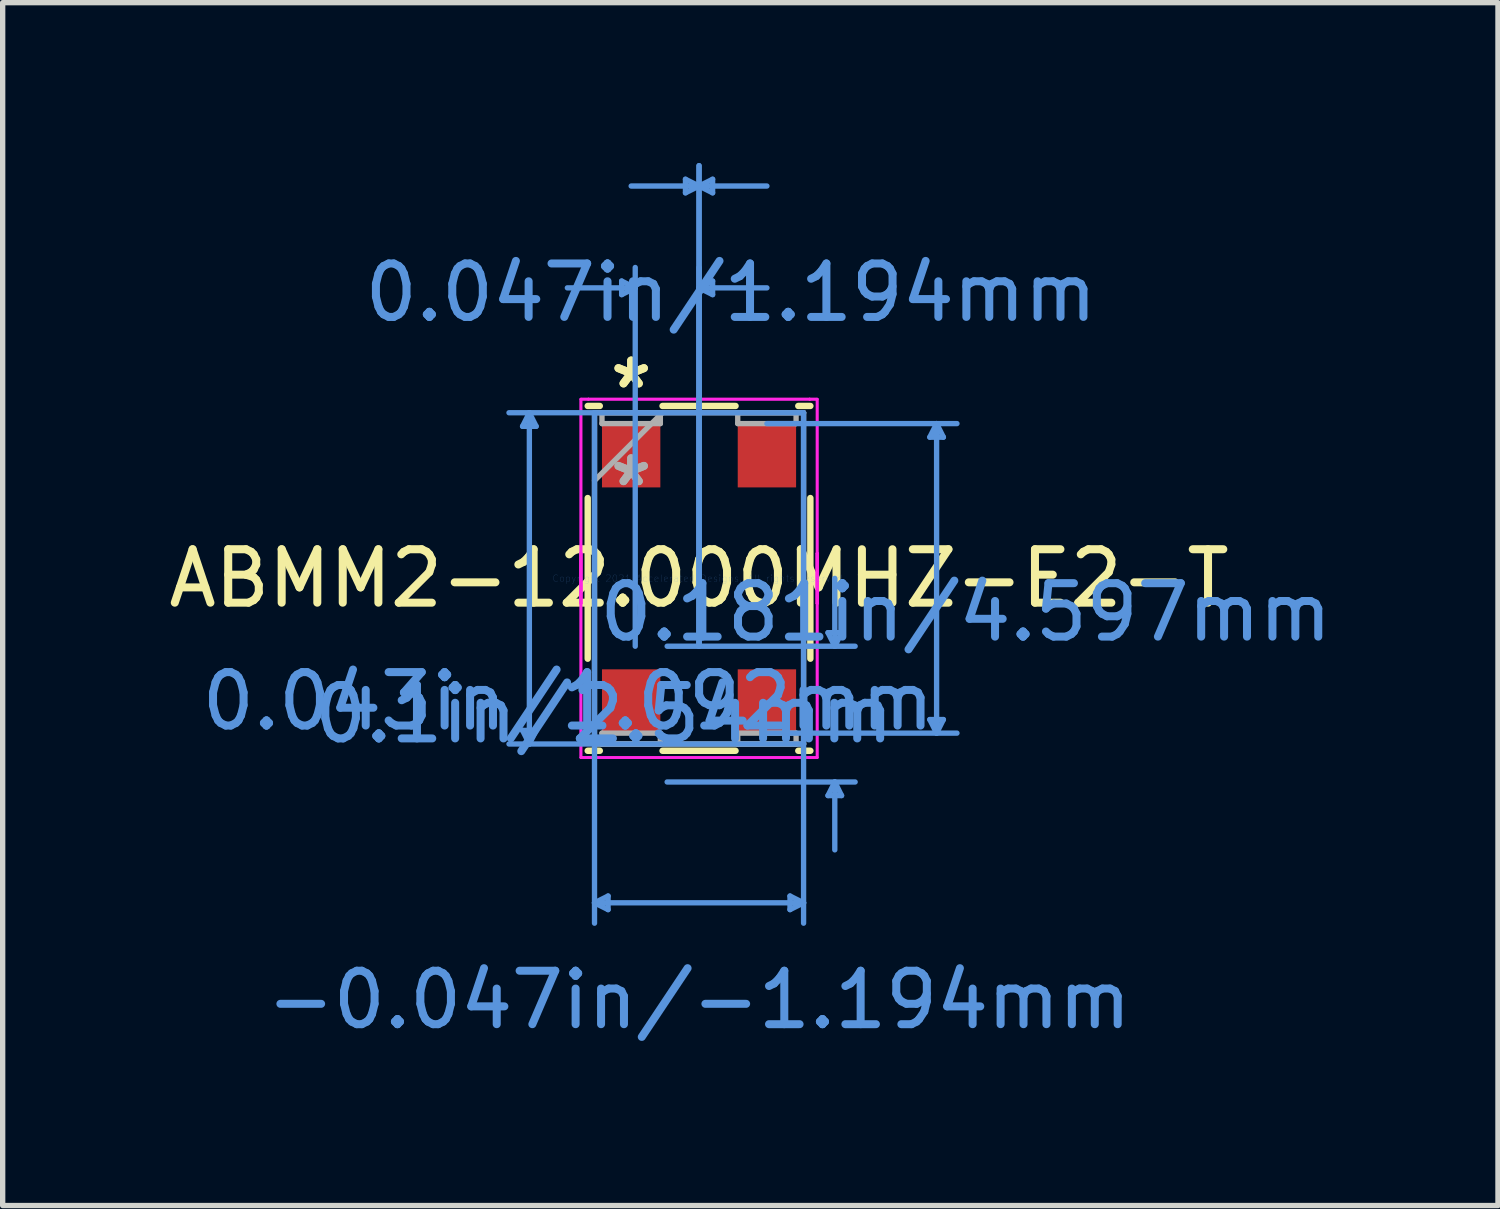
<source format=kicad_pcb>
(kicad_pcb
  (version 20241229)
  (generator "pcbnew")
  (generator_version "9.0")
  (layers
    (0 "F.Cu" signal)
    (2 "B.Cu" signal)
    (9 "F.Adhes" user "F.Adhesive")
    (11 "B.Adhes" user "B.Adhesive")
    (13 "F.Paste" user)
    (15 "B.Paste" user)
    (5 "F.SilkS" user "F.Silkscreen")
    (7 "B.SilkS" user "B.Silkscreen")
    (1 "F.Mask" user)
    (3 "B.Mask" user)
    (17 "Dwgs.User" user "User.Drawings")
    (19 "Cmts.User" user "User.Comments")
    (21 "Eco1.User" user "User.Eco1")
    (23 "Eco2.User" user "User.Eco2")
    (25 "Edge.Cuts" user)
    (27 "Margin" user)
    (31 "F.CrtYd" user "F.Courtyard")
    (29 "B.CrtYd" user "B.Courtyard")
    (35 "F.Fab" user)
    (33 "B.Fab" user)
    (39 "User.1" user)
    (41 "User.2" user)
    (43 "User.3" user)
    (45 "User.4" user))
  (footprint "ABMM2-12.000MHZ-E2-T"
    (layer "F.Cu")
    (at 10.03 7.772)
    (property "Reference" "ABMM2-12.000MHZ-E2-T" (at 0 0 0) (layer "F.SilkS") (effects (font (size 1 1) (thickness 0.15))))
    (attr through_hole)
    (fp_line (start -2.083 -1.503) (end -2.083 1.503) (stroke (width 0.12) (type solid)) (layer "F.SilkS"))
    (fp_line (start -2.083 3.226) (end -1.857 3.226) (stroke (width 0.12) (type solid)) (layer "F.SilkS"))
    (fp_line (start -1.857 -3.226) (end -2.083 -3.226) (stroke (width 0.12) (type solid)) (layer "F.SilkS"))
    (fp_line (start -0.683 3.226) (end 0.683 3.226) (stroke (width 0.12) (type solid)) (layer "F.SilkS"))
    (fp_line (start 0.683 -3.226) (end -0.683 -3.226) (stroke (width 0.12) (type solid)) (layer "F.SilkS"))
    (fp_line (start 1.857 3.226) (end 2.083 3.226) (stroke (width 0.12) (type solid)) (layer "F.SilkS"))
    (fp_line (start 2.083 -3.226) (end 1.857 -3.226) (stroke (width 0.12) (type solid)) (layer "F.SilkS"))
    (fp_line (start 2.083 1.503) (end 2.083 -1.503) (stroke (width 0.12) (type solid)) (layer "F.SilkS"))
    (fp_poly (pts (xy -1.805 -2.44) (xy -1.805 -1.37) (xy -0.735 -1.37) (xy -0.735 -2.44)) (stroke (width 0.1) (type solid)) (fill yes) (layer "F.Paste"))
    (fp_poly (pts (xy -1.805 -2.44) (xy -1.805 -1.37) (xy -0.735 -1.37) (xy -0.735 -2.44)) (stroke (width 0.1) (type solid)) (fill yes) (layer "F.Paste"))
    (fp_poly (pts (xy -1.805 -1.17) (xy -1.805 -0.1) (xy -0.735 -0.1) (xy -0.735 -1.17)) (stroke (width 0.1) (type solid)) (fill yes) (layer "F.Paste"))
    (fp_poly (pts (xy -1.805 -1.17) (xy -1.805 -0.1) (xy -0.735 -0.1) (xy -0.735 -1.17)) (stroke (width 0.1) (type solid)) (fill yes) (layer "F.Paste"))
    (fp_poly (pts (xy -1.805 0.1) (xy -1.805 1.17) (xy -0.735 1.17) (xy -0.735 0.1)) (stroke (width 0.1) (type solid)) (fill yes) (layer "F.Paste"))
    (fp_poly (pts (xy -1.805 0.1) (xy -1.805 1.17) (xy -0.735 1.17) (xy -0.735 0.1)) (stroke (width 0.1) (type solid)) (fill yes) (layer "F.Paste"))
    (fp_poly (pts (xy -1.805 1.37) (xy -1.805 2.44) (xy -0.735 2.44) (xy -0.735 1.37)) (stroke (width 0.1) (type solid)) (fill yes) (layer "F.Paste"))
    (fp_poly (pts (xy -1.805 1.37) (xy -1.805 2.44) (xy -0.735 2.44) (xy -0.735 1.37)) (stroke (width 0.1) (type solid)) (fill yes) (layer "F.Paste"))
    (fp_poly (pts (xy -0.535 -2.44) (xy -0.535 -1.37) (xy 0.535 -1.37) (xy 0.535 -2.44)) (stroke (width 0.1) (type solid)) (fill yes) (layer "F.Paste"))
    (fp_poly (pts (xy -0.535 -2.44) (xy -0.535 -1.37) (xy 0.535 -1.37) (xy 0.535 -2.44)) (stroke (width 0.1) (type solid)) (fill yes) (layer "F.Paste"))
    (fp_poly (pts (xy -0.535 -1.17) (xy -0.535 -0.1) (xy 0.535 -0.1) (xy 0.535 -1.17)) (stroke (width 0.1) (type solid)) (fill yes) (layer "F.Paste"))
    (fp_poly (pts (xy -0.535 -1.17) (xy -0.535 -0.1) (xy 0.535 -0.1) (xy 0.535 -1.17)) (stroke (width 0.1) (type solid)) (fill yes) (layer "F.Paste"))
    (fp_poly (pts (xy -0.535 0.1) (xy -0.535 1.17) (xy 0.535 1.17) (xy 0.535 0.1)) (stroke (width 0.1) (type solid)) (fill yes) (layer "F.Paste"))
    (fp_poly (pts (xy -0.535 0.1) (xy -0.535 1.17) (xy 0.535 1.17) (xy 0.535 0.1)) (stroke (width 0.1) (type solid)) (fill yes) (layer "F.Paste"))
    (fp_poly (pts (xy -0.535 1.37) (xy -0.535 2.44) (xy 0.535 2.44) (xy 0.535 1.37)) (stroke (width 0.1) (type solid)) (fill yes) (layer "F.Paste"))
    (fp_poly (pts (xy -0.535 1.37) (xy -0.535 2.44) (xy 0.535 2.44) (xy 0.535 1.37)) (stroke (width 0.1) (type solid)) (fill yes) (layer "F.Paste"))
    (fp_poly (pts (xy 0.735 -2.44) (xy 0.735 -1.37) (xy 1.805 -1.37) (xy 1.805 -2.44)) (stroke (width 0.1) (type solid)) (fill yes) (layer "F.Paste"))
    (fp_poly (pts (xy 0.735 -2.44) (xy 0.735 -1.37) (xy 1.805 -1.37) (xy 1.805 -2.44)) (stroke (width 0.1) (type solid)) (fill yes) (layer "F.Paste"))
    (fp_poly (pts (xy 0.735 -1.17) (xy 0.735 -0.1) (xy 1.805 -0.1) (xy 1.805 -1.17)) (stroke (width 0.1) (type solid)) (fill yes) (layer "F.Paste"))
    (fp_poly (pts (xy 0.735 -1.17) (xy 0.735 -0.1) (xy 1.805 -0.1) (xy 1.805 -1.17)) (stroke (width 0.1) (type solid)) (fill yes) (layer "F.Paste"))
    (fp_poly (pts (xy 0.735 0.1) (xy 0.735 1.17) (xy 1.805 1.17) (xy 1.805 0.1)) (stroke (width 0.1) (type solid)) (fill yes) (layer "F.Paste"))
    (fp_poly (pts (xy 0.735 0.1) (xy 0.735 1.17) (xy 1.805 1.17) (xy 1.805 0.1)) (stroke (width 0.1) (type solid)) (fill yes) (layer "F.Paste"))
    (fp_poly (pts (xy 0.735 1.37) (xy 0.735 2.44) (xy 1.805 2.44) (xy 1.805 1.37)) (stroke (width 0.1) (type solid)) (fill yes) (layer "F.Paste"))
    (fp_poly (pts (xy 0.735 1.37) (xy 0.735 2.44) (xy 1.805 2.44) (xy 1.805 1.37)) (stroke (width 0.1) (type solid)) (fill yes) (layer "F.Paste"))
    (fp_line (start -3.302 -2.845) (end -3.048 -2.845) (stroke (width 0.1) (type solid)) (layer "Cmts.User"))
    (fp_line (start -3.302 2.845) (end -3.048 2.845) (stroke (width 0.1) (type solid)) (layer "Cmts.User"))
    (fp_line (start -3.175 -3.099) (end -3.302 -2.845) (stroke (width 0.1) (type solid)) (layer "Cmts.User"))
    (fp_line (start -3.175 -3.099) (end -3.175 3.099) (stroke (width 0.1) (type solid)) (layer "Cmts.User"))
    (fp_line (start -3.175 -3.099) (end -3.048 -2.845) (stroke (width 0.1) (type solid)) (layer "Cmts.User"))
    (fp_line (start -3.175 3.099) (end -3.302 2.845) (stroke (width 0.1) (type solid)) (layer "Cmts.User"))
    (fp_line (start -3.175 3.099) (end -3.048 2.845) (stroke (width 0.1) (type solid)) (layer "Cmts.User"))
    (fp_line (start -1.956 -3.099) (end -1.956 6.452) (stroke (width 0.1) (type solid)) (layer "Cmts.User"))
    (fp_line (start -1.956 6.071) (end -1.702 5.944) (stroke (width 0.1) (type solid)) (layer "Cmts.User"))
    (fp_line (start -1.956 6.071) (end -1.702 6.198) (stroke (width 0.1) (type solid)) (layer "Cmts.User"))
    (fp_line (start -1.956 6.071) (end 1.956 6.071) (stroke (width 0.1) (type solid)) (layer "Cmts.User"))
    (fp_line (start -1.702 5.944) (end -1.702 6.198) (stroke (width 0.1) (type solid)) (layer "Cmts.User"))
    (fp_line (start -1.448 -5.563) (end -1.448 -5.309) (stroke (width 0.1) (type solid)) (layer "Cmts.User"))
    (fp_line (start -1.194 -5.436) (end -2.464 -5.436) (stroke (width 0.1) (type solid)) (layer "Cmts.User"))
    (fp_line (start -1.194 -5.436) (end -1.448 -5.563) (stroke (width 0.1) (type solid)) (layer "Cmts.User"))
    (fp_line (start -1.194 -5.436) (end -1.448 -5.309) (stroke (width 0.1) (type solid)) (layer "Cmts.User"))
    (fp_line (start -1.194 1.27) (end -1.194 -5.817) (stroke (width 0.1) (type solid)) (layer "Cmts.User"))
    (fp_line (start -0.597 1.27) (end 2.921 1.27) (stroke (width 0.1) (type solid)) (layer "Cmts.User"))
    (fp_line (start -0.597 3.81) (end 2.921 3.81) (stroke (width 0.1) (type solid)) (layer "Cmts.User"))
    (fp_line (start -0.254 -7.468) (end -0.254 -7.214) (stroke (width 0.1) (type solid)) (layer "Cmts.User"))
    (fp_line (start 0 -7.341) (end -1.27 -7.341) (stroke (width 0.1) (type solid)) (layer "Cmts.User"))
    (fp_line (start 0 -7.341) (end -0.254 -7.468) (stroke (width 0.1) (type solid)) (layer "Cmts.User"))
    (fp_line (start 0 -7.341) (end -0.254 -7.214) (stroke (width 0.1) (type solid)) (layer "Cmts.User"))
    (fp_line (start 0 -7.341) (end 0.254 -7.468) (stroke (width 0.1) (type solid)) (layer "Cmts.User"))
    (fp_line (start 0 -7.341) (end 0.254 -7.214) (stroke (width 0.1) (type solid)) (layer "Cmts.User"))
    (fp_line (start 0 -7.341) (end 1.27 -7.341) (stroke (width 0.1) (type solid)) (layer "Cmts.User"))
    (fp_line (start 0 -5.436) (end 0.254 -5.563) (stroke (width 0.1) (type solid)) (layer "Cmts.User"))
    (fp_line (start 0 -5.436) (end 0.254 -5.309) (stroke (width 0.1) (type solid)) (layer "Cmts.User"))
    (fp_line (start 0 -5.436) (end 1.27 -5.436) (stroke (width 0.1) (type solid)) (layer "Cmts.User"))
    (fp_line (start 0 1.27) (end 0 -7.722) (stroke (width 0.1) (type solid)) (layer "Cmts.User"))
    (fp_line (start 0 1.27) (end 0 -7.722) (stroke (width 0.1) (type solid)) (layer "Cmts.User"))
    (fp_line (start 0 1.27) (end 0 -5.817) (stroke (width 0.1) (type solid)) (layer "Cmts.User"))
    (fp_line (start 0.254 -7.468) (end 0.254 -7.214) (stroke (width 0.1) (type solid)) (layer "Cmts.User"))
    (fp_line (start 0.254 -5.563) (end 0.254 -5.309) (stroke (width 0.1) (type solid)) (layer "Cmts.User"))
    (fp_line (start 1.27 -2.896) (end 4.826 -2.896) (stroke (width 0.1) (type solid)) (layer "Cmts.User"))
    (fp_line (start 1.27 2.896) (end 4.826 2.896) (stroke (width 0.1) (type solid)) (layer "Cmts.User"))
    (fp_line (start 1.702 5.944) (end 1.702 6.198) (stroke (width 0.1) (type solid)) (layer "Cmts.User"))
    (fp_line (start 1.956 -3.099) (end -3.556 -3.099) (stroke (width 0.1) (type solid)) (layer "Cmts.User"))
    (fp_line (start 1.956 -3.099) (end 1.956 6.452) (stroke (width 0.1) (type solid)) (layer "Cmts.User"))
    (fp_line (start 1.956 3.099) (end -3.556 3.099) (stroke (width 0.1) (type solid)) (layer "Cmts.User"))
    (fp_line (start 1.956 6.071) (end 1.702 5.944) (stroke (width 0.1) (type solid)) (layer "Cmts.User"))
    (fp_line (start 1.956 6.071) (end 1.702 6.198) (stroke (width 0.1) (type solid)) (layer "Cmts.User"))
    (fp_line (start 2.413 1.016) (end 2.667 1.016) (stroke (width 0.1) (type solid)) (layer "Cmts.User"))
    (fp_line (start 2.413 4.064) (end 2.667 4.064) (stroke (width 0.1) (type solid)) (layer "Cmts.User"))
    (fp_line (start 2.54 1.27) (end 2.413 1.016) (stroke (width 0.1) (type solid)) (layer "Cmts.User"))
    (fp_line (start 2.54 1.27) (end 2.54 0) (stroke (width 0.1) (type solid)) (layer "Cmts.User"))
    (fp_line (start 2.54 1.27) (end 2.667 1.016) (stroke (width 0.1) (type solid)) (layer "Cmts.User"))
    (fp_line (start 2.54 3.81) (end 2.413 4.064) (stroke (width 0.1) (type solid)) (layer "Cmts.User"))
    (fp_line (start 2.54 3.81) (end 2.54 5.08) (stroke (width 0.1) (type solid)) (layer "Cmts.User"))
    (fp_line (start 2.54 3.81) (end 2.667 4.064) (stroke (width 0.1) (type solid)) (layer "Cmts.User"))
    (fp_line (start 4.318 -2.642) (end 4.572 -2.642) (stroke (width 0.1) (type solid)) (layer "Cmts.User"))
    (fp_line (start 4.318 2.642) (end 4.572 2.642) (stroke (width 0.1) (type solid)) (layer "Cmts.User"))
    (fp_line (start 4.445 -2.896) (end 4.318 -2.642) (stroke (width 0.1) (type solid)) (layer "Cmts.User"))
    (fp_line (start 4.445 -2.896) (end 4.445 2.896) (stroke (width 0.1) (type solid)) (layer "Cmts.User"))
    (fp_line (start 4.445 -2.896) (end 4.572 -2.642) (stroke (width 0.1) (type solid)) (layer "Cmts.User"))
    (fp_line (start 4.445 2.896) (end 4.318 2.642) (stroke (width 0.1) (type solid)) (layer "Cmts.User"))
    (fp_line (start 4.445 2.896) (end 4.572 2.642) (stroke (width 0.1) (type solid)) (layer "Cmts.User"))
    (fp_line (start -2.21 -3.353) (end -2.07 -3.353) (stroke (width 0.05) (type solid)) (layer "F.CrtYd"))
    (fp_line (start -2.21 -3.353) (end -2.07 -3.353) (stroke (width 0.05) (type solid)) (layer "F.CrtYd"))
    (fp_line (start -2.21 -0.47) (end -2.21 -0.47) (stroke (width 0.05) (type solid)) (layer "F.CrtYd"))
    (fp_line (start -2.21 -0.47) (end -2.21 -0.47) (stroke (width 0.05) (type solid)) (layer "F.CrtYd"))
    (fp_line (start -2.21 -0.47) (end -2.21 0.47) (stroke (width 0.05) (type solid)) (layer "F.CrtYd"))
    (fp_line (start -2.21 -0.47) (end -2.21 0.47) (stroke (width 0.05) (type solid)) (layer "F.CrtYd"))
    (fp_line (start -2.21 0.47) (end -2.21 -3.353) (stroke (width 0.05) (type solid)) (layer "F.CrtYd"))
    (fp_line (start -2.21 0.47) (end -2.21 -3.353) (stroke (width 0.05) (type solid)) (layer "F.CrtYd"))
    (fp_line (start -2.21 0.47) (end -2.21 0.47) (stroke (width 0.05) (type solid)) (layer "F.CrtYd"))
    (fp_line (start -2.21 0.47) (end -2.21 0.47) (stroke (width 0.05) (type solid)) (layer "F.CrtYd"))
    (fp_line (start -2.21 3.353) (end -2.21 -0.47) (stroke (width 0.05) (type solid)) (layer "F.CrtYd"))
    (fp_line (start -2.21 3.353) (end -2.21 -0.47) (stroke (width 0.05) (type solid)) (layer "F.CrtYd"))
    (fp_line (start -2.07 -3.353) (end -2.07 -3.353) (stroke (width 0.05) (type solid)) (layer "F.CrtYd"))
    (fp_line (start -2.07 -3.353) (end -2.07 -3.353) (stroke (width 0.05) (type solid)) (layer "F.CrtYd"))
    (fp_line (start -2.07 -3.353) (end 2.07 -3.353) (stroke (width 0.05) (type solid)) (layer "F.CrtYd"))
    (fp_line (start -2.07 -3.353) (end 2.07 -3.353) (stroke (width 0.05) (type solid)) (layer "F.CrtYd"))
    (fp_line (start -2.07 3.353) (end -2.21 3.353) (stroke (width 0.05) (type solid)) (layer "F.CrtYd"))
    (fp_line (start -2.07 3.353) (end -2.21 3.353) (stroke (width 0.05) (type solid)) (layer "F.CrtYd"))
    (fp_line (start -2.07 3.353) (end -2.07 3.353) (stroke (width 0.05) (type solid)) (layer "F.CrtYd"))
    (fp_line (start -2.07 3.353) (end -2.07 3.353) (stroke (width 0.05) (type solid)) (layer "F.CrtYd"))
    (fp_line (start 2.07 -3.353) (end 2.07 -3.353) (stroke (width 0.05) (type solid)) (layer "F.CrtYd"))
    (fp_line (start 2.07 -3.353) (end 2.07 -3.353) (stroke (width 0.05) (type solid)) (layer "F.CrtYd"))
    (fp_line (start 2.07 -3.353) (end 2.21 -3.353) (stroke (width 0.05) (type solid)) (layer "F.CrtYd"))
    (fp_line (start 2.07 -3.353) (end 2.21 -3.353) (stroke (width 0.05) (type solid)) (layer "F.CrtYd"))
    (fp_line (start 2.07 3.353) (end -2.07 3.353) (stroke (width 0.05) (type solid)) (layer "F.CrtYd"))
    (fp_line (start 2.07 3.353) (end -2.07 3.353) (stroke (width 0.05) (type solid)) (layer "F.CrtYd"))
    (fp_line (start 2.07 3.353) (end 2.07 3.353) (stroke (width 0.05) (type solid)) (layer "F.CrtYd"))
    (fp_line (start 2.07 3.353) (end 2.07 3.353) (stroke (width 0.05) (type solid)) (layer "F.CrtYd"))
    (fp_line (start 2.21 -3.353) (end 2.21 0.47) (stroke (width 0.05) (type solid)) (layer "F.CrtYd"))
    (fp_line (start 2.21 -3.353) (end 2.21 0.47) (stroke (width 0.05) (type solid)) (layer "F.CrtYd"))
    (fp_line (start 2.21 -0.47) (end 2.21 -0.47) (stroke (width 0.05) (type solid)) (layer "F.CrtYd"))
    (fp_line (start 2.21 -0.47) (end 2.21 -0.47) (stroke (width 0.05) (type solid)) (layer "F.CrtYd"))
    (fp_line (start 2.21 -0.47) (end 2.21 3.353) (stroke (width 0.05) (type solid)) (layer "F.CrtYd"))
    (fp_line (start 2.21 -0.47) (end 2.21 3.353) (stroke (width 0.05) (type solid)) (layer "F.CrtYd"))
    (fp_line (start 2.21 0.47) (end 2.21 -0.47) (stroke (width 0.05) (type solid)) (layer "F.CrtYd"))
    (fp_line (start 2.21 0.47) (end 2.21 -0.47) (stroke (width 0.05) (type solid)) (layer "F.CrtYd"))
    (fp_line (start 2.21 0.47) (end 2.21 0.47) (stroke (width 0.05) (type solid)) (layer "F.CrtYd"))
    (fp_line (start 2.21 0.47) (end 2.21 0.47) (stroke (width 0.05) (type solid)) (layer "F.CrtYd"))
    (fp_line (start 2.21 3.353) (end 2.07 3.353) (stroke (width 0.05) (type solid)) (layer "F.CrtYd"))
    (fp_line (start 2.21 3.353) (end 2.07 3.353) (stroke (width 0.05) (type solid)) (layer "F.CrtYd"))
    (fp_line (start -1.956 -3.099) (end -1.956 -3.099) (stroke (width 0.1) (type solid)) (layer "F.Fab"))
    (fp_line (start -1.956 -3.099) (end -1.956 3.099) (stroke (width 0.1) (type solid)) (layer "F.Fab"))
    (fp_line (start -1.956 -1.829) (end -0.686 -3.099) (stroke (width 0.1) (type solid)) (layer "F.Fab"))
    (fp_line (start -1.956 3.099) (end -1.956 3.099) (stroke (width 0.1) (type solid)) (layer "F.Fab"))
    (fp_line (start -1.956 3.099) (end 1.956 3.099) (stroke (width 0.1) (type solid)) (layer "F.Fab"))
    (fp_line (start -1.816 -3.099) (end -0.724 -3.099) (stroke (width 0.1) (type solid)) (layer "F.Fab"))
    (fp_line (start -1.816 -2.896) (end -1.816 -3.099) (stroke (width 0.1) (type solid)) (layer "F.Fab"))
    (fp_line (start -1.816 2.896) (end -0.724 2.896) (stroke (width 0.1) (type solid)) (layer "F.Fab"))
    (fp_line (start -1.816 3.099) (end -1.816 2.896) (stroke (width 0.1) (type solid)) (layer "F.Fab"))
    (fp_line (start -0.724 -3.099) (end -0.724 -2.896) (stroke (width 0.1) (type solid)) (layer "F.Fab"))
    (fp_line (start -0.724 -2.896) (end -1.816 -2.896) (stroke (width 0.1) (type solid)) (layer "F.Fab"))
    (fp_line (start -0.724 2.896) (end -0.724 3.099) (stroke (width 0.1) (type solid)) (layer "F.Fab"))
    (fp_line (start -0.724 3.099) (end -1.816 3.099) (stroke (width 0.1) (type solid)) (layer "F.Fab"))
    (fp_line (start 0.724 -3.099) (end 1.816 -3.099) (stroke (width 0.1) (type solid)) (layer "F.Fab"))
    (fp_line (start 0.724 -2.896) (end 0.724 -3.099) (stroke (width 0.1) (type solid)) (layer "F.Fab"))
    (fp_line (start 0.724 2.896) (end 1.816 2.896) (stroke (width 0.1) (type solid)) (layer "F.Fab"))
    (fp_line (start 0.724 3.099) (end 0.724 2.896) (stroke (width 0.1) (type solid)) (layer "F.Fab"))
    (fp_line (start 1.816 -3.099) (end 1.816 -2.896) (stroke (width 0.1) (type solid)) (layer "F.Fab"))
    (fp_line (start 1.816 -2.896) (end 0.724 -2.896) (stroke (width 0.1) (type solid)) (layer "F.Fab"))
    (fp_line (start 1.816 2.896) (end 1.816 3.099) (stroke (width 0.1) (type solid)) (layer "F.Fab"))
    (fp_line (start 1.816 3.099) (end 0.724 3.099) (stroke (width 0.1) (type solid)) (layer "F.Fab"))
    (fp_line (start 1.956 -3.099) (end -1.956 -3.099) (stroke (width 0.1) (type solid)) (layer "F.Fab"))
    (fp_line (start 1.956 -3.099) (end 1.956 -3.099) (stroke (width 0.1) (type solid)) (layer "F.Fab"))
    (fp_line (start 1.956 3.099) (end 1.956 -3.099) (stroke (width 0.1) (type solid)) (layer "F.Fab"))
    (fp_line (start 1.956 3.099) (end 1.956 3.099) (stroke (width 0.1) (type solid)) (layer "F.Fab"))
    (fp_text user "*" (at -1.27 -3.531 0) (layer "F.SilkS") (effects (font (size 1 1) (thickness 0.15))))
    (fp_text user "*" (at -1.27 -3.531 0) (layer "F.SilkS") (effects (font (size 1 1) (thickness 0.15))))
    (fp_text user "0.047in/1.194mm" (at 0.597 -5.347 0) (layer "Cmts.User") (effects (font (size 1 1) (thickness 0.15))))
    (fp_text user "0.181in/4.597mm" (at 4.991 0.635 0) (layer "Cmts.User") (effects (font (size 1 1) (thickness 0.15))))
    (fp_text user "0.043in/1.092mm" (at -2.451 2.299 0) (layer "Cmts.User") (effects (font (size 1 1) (thickness 0.15))))
    (fp_text user "0.1in/2.54mm" (at -1.778 2.54 0) (layer "Cmts.User") (effects (font (size 1 1) (thickness 0.15))))
    (fp_text user "Copyright 2021 Accelerated Designs. All rights reserved." (at 0 0 0) (layer "Cmts.User") (effects (font (size 0.127 0.127) (thickness 0.002))))
    (fp_text user "-0.047in/-1.194mm" (at 0 7.887 0) (layer "Cmts.User") (effects (font (size 1 1) (thickness 0.15))))
    (fp_text user "*" (at -1.27 -1.702 0) (layer "F.Fab") (effects (font (size 1 1) (thickness 0.15))))
    (fp_text user "*" (at -1.27 -1.702 0) (layer "F.Fab") (effects (font (size 1 1) (thickness 0.15))))
    (pad "1" smd rect (at -1.27 -2.299) (size 1.092 1.194) (layers "F.Cu" "F.Mask" "F.Paste"))
    (pad "2" smd rect (at -1.27 2.299) (size 1.092 1.194) (layers "F.Cu" "F.Mask" "F.Paste"))
    (pad "3" smd rect (at 1.27 2.299) (size 1.092 1.194) (layers "F.Cu" "F.Mask" "F.Paste"))
    (pad "4" smd rect (at 1.27 -2.299) (size 1.092 1.194) (layers "F.Cu" "F.Mask" "F.Paste")))
  (gr_rect
    (start -3 -3)
    (end 24.979 19.507)
    (stroke (width 0.1) (type default))
    (fill no)
    (layer "Edge.Cuts")))
</source>
